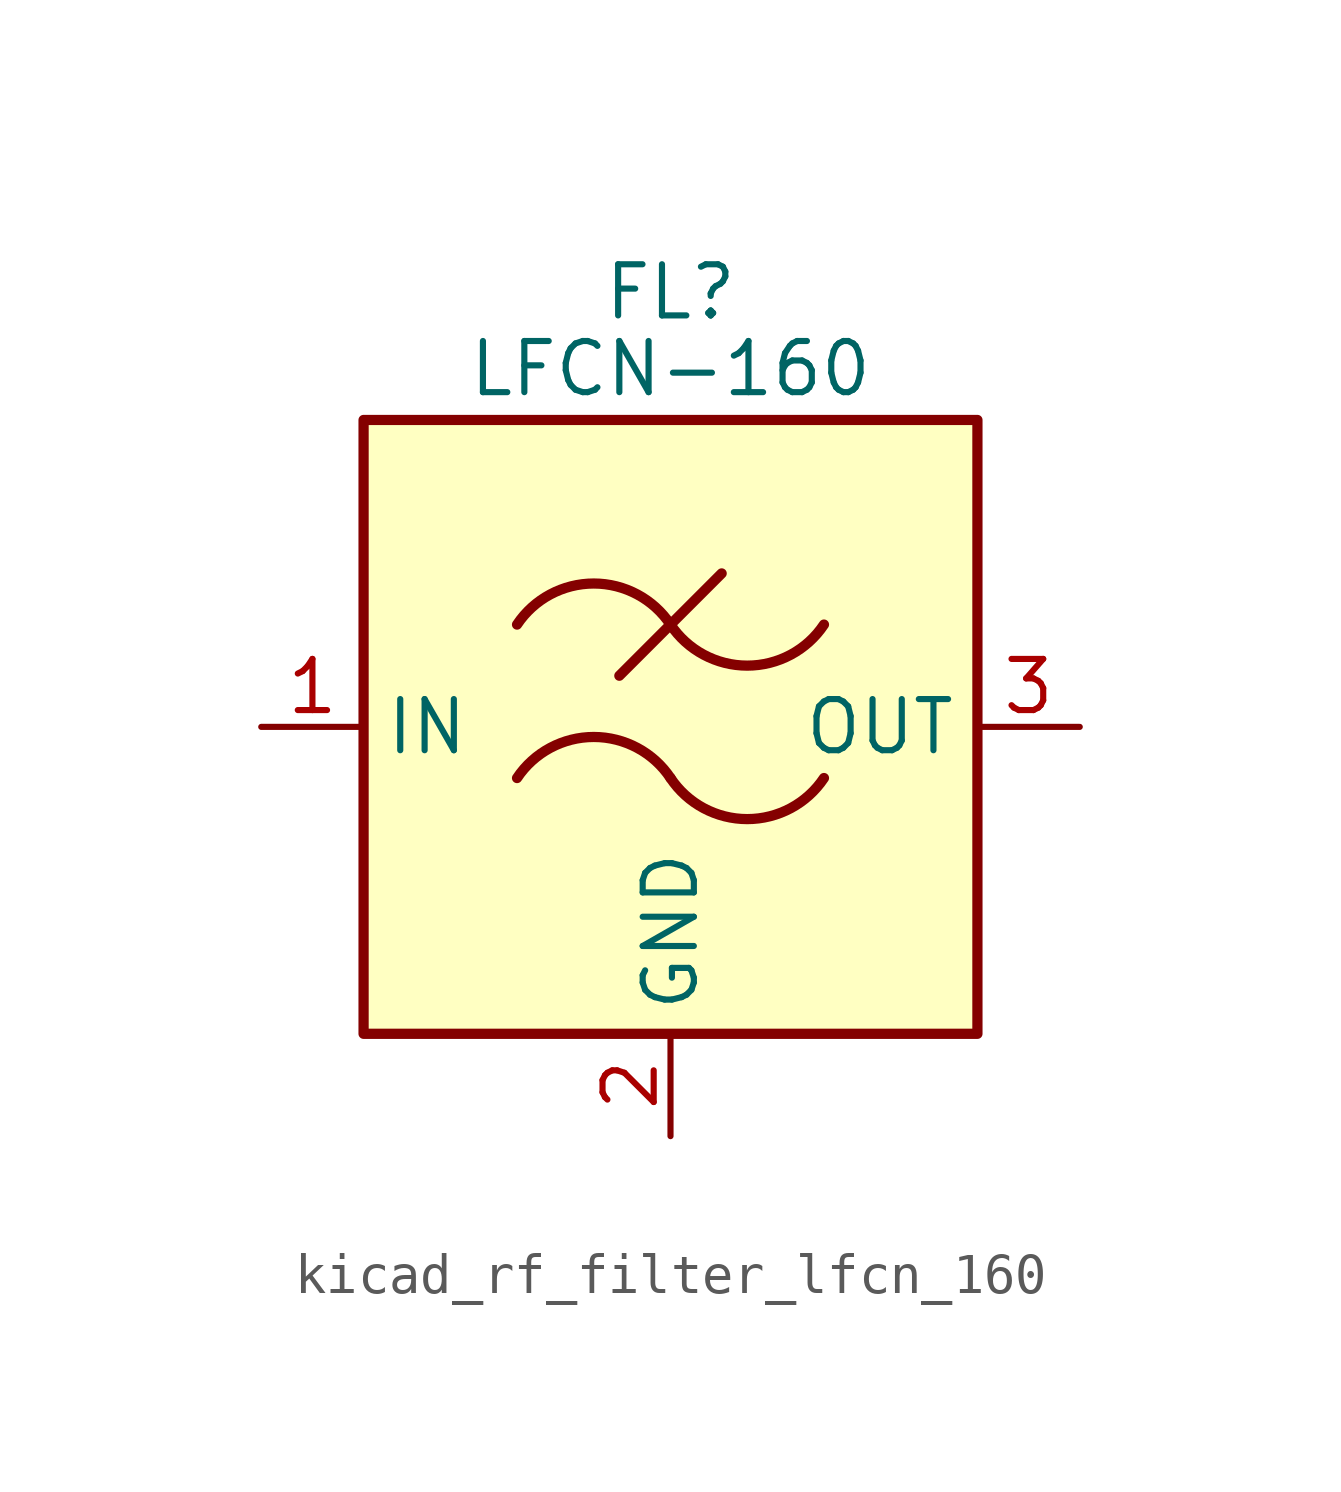
<source format=kicad_sym>
(kicad_symbol_lib
  (version 20220914)
  (generator kicad_symbol_editor)
  (symbol "kicad_rf_filter_lfcn_160"
    (property "Reference" "FL"
      (at 0 10.795 0)
      (effects (font (size 1.27 1.27))))
    (property "Value" "LFCN-160"
      (at 0 8.89 0)
      (effects (font (size 1.27 1.27))))
    (symbol "kicad_rf_filter_lfcn_160_0_1"
      (rectangle (start -7.62 7.62) (end 7.62 -7.62) (stroke (width 0.254) (type default)) (fill (type background)))
      (arc (start 0 -1.27) (mid -1.905 -0.2505) (end -3.81 -1.27) (stroke (width 0.254) (type default)) (fill (type none)))
      (arc (start 0 -1.27) (mid 1.905 -2.2895) (end 3.81 -1.27) (stroke (width 0.254) (type default)) (fill (type none)))
      (polyline (pts (xy -1.27 1.27) (xy 1.27 3.81)) (stroke (width 0.254) (type default)) (fill (type none)))
      (arc (start 0 2.54) (mid -1.905 3.5595) (end -3.81 2.54) (stroke (width 0.254) (type default)) (fill (type none)))
      (arc (start 0 2.54) (mid 1.905 1.5205) (end 3.81 2.54) (stroke (width 0.254) (type default)) (fill (type none))))
    (symbol "kicad_rf_filter_lfcn_160_1_1"
      (pin passive line (at -10.16 0 0) (length 2.54) (name "IN" (effects (font (size 1.27 1.27)))) (number "1" (effects (font (size 1.27 1.27)))))
      (pin passive line (at 0 -10.16 90) (length 2.54) (name "GND" (effects (font (size 1.27 1.27)))) (number "2" (effects (font (size 1.27 1.27)))))
      (pin passive line (at 10.16 0 180) (length 2.54) (name "OUT" (effects (font (size 1.27 1.27)))) (number "3" (effects (font (size 1.27 1.27)))))
      (pin passive line (at 0 -10.16 90) (length 2.54) hide (name "GND" (effects (font (size 1.27 1.27)))) (number "4" (effects (font (size 1.27 1.27))))))))
</source>
